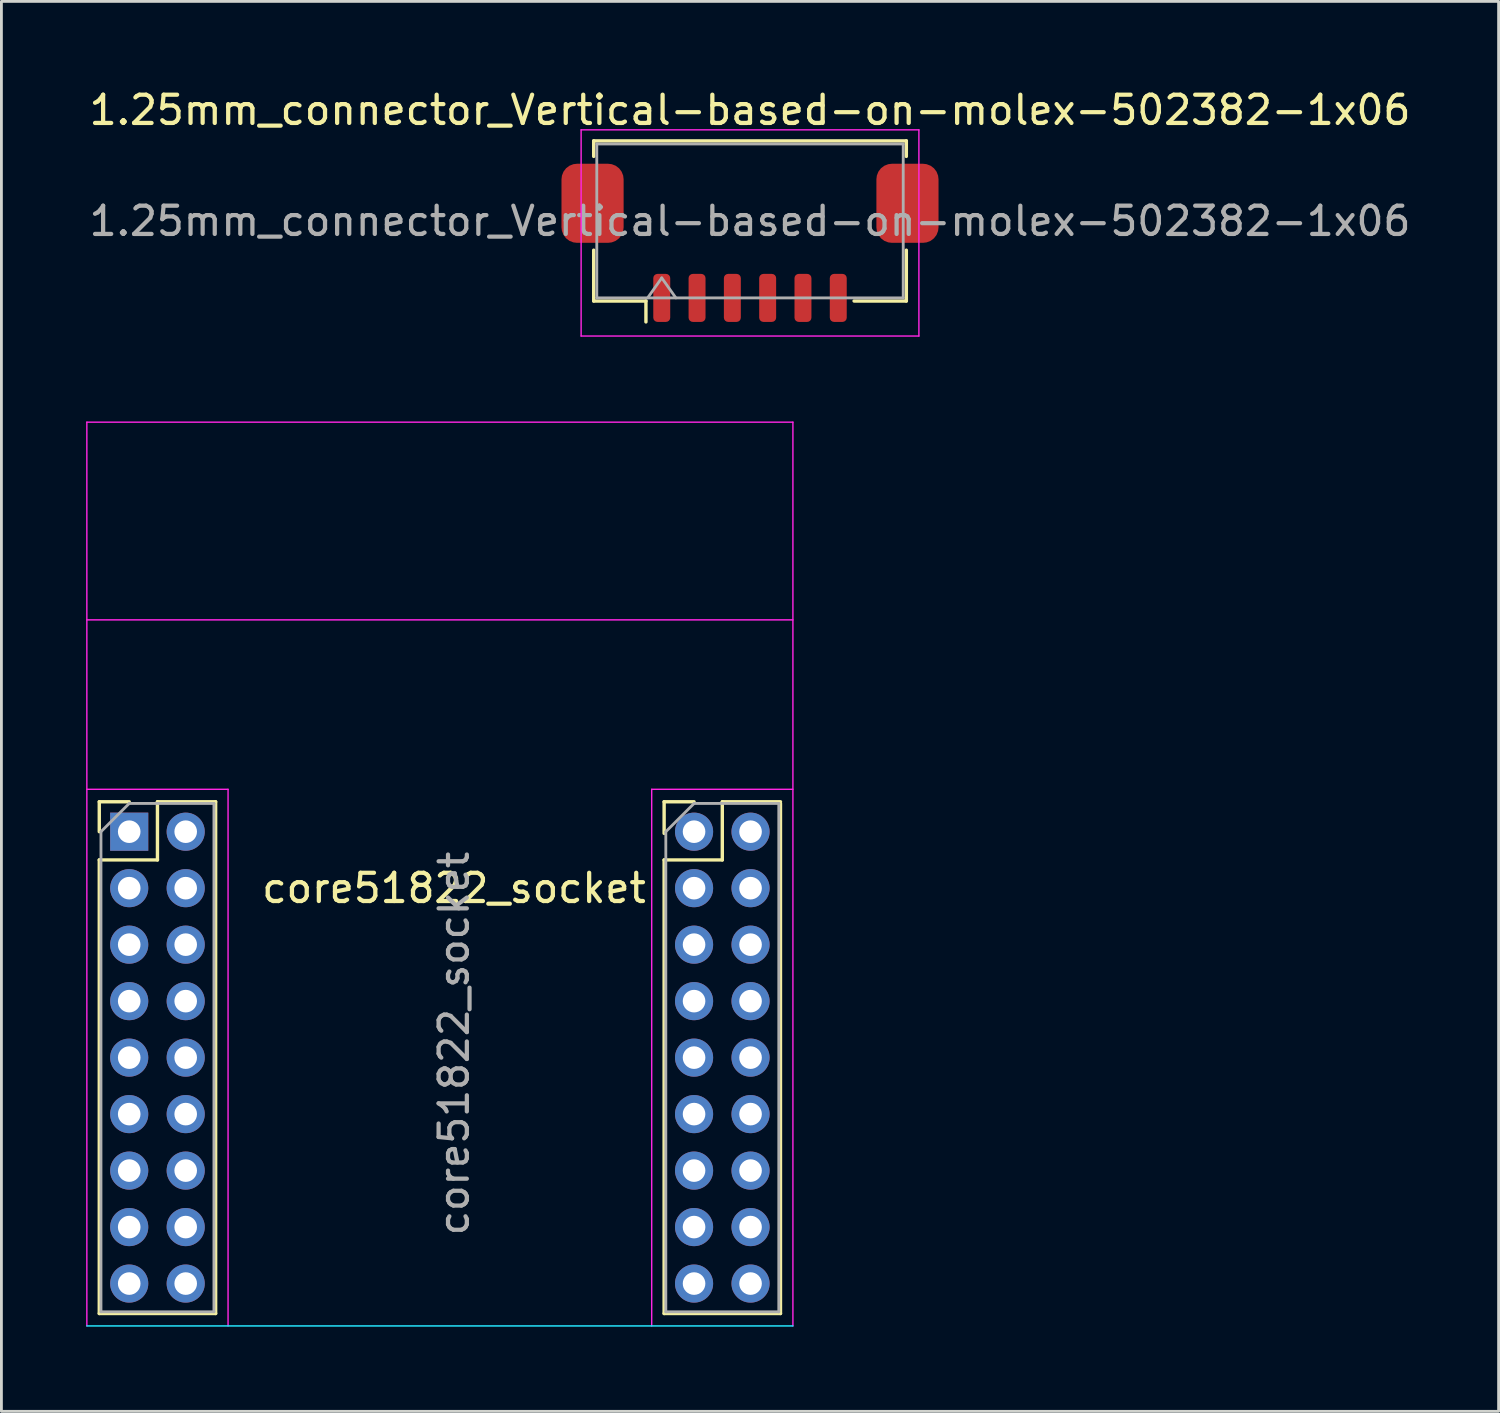
<source format=kicad_pcb>
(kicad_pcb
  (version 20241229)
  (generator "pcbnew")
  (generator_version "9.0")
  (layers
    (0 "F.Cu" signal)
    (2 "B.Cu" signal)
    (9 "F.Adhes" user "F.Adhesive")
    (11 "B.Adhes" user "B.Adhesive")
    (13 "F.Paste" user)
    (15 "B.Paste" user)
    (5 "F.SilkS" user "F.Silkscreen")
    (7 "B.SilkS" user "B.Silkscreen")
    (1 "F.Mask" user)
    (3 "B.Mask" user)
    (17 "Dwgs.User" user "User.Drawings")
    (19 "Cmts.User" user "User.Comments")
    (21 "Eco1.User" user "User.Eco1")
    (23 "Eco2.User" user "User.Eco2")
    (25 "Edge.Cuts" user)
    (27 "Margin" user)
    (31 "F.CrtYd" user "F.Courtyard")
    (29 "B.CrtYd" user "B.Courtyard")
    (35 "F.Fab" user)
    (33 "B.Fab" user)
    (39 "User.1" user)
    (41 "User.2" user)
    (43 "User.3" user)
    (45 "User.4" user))
  (footprint "core51822_socket"
    (layer "F.Cu")
    (at 3.525 26.398)
    (property "Reference" "core51822_socket" (at 9.5 2 0) (layer "F.SilkS") (effects (font (size 1 1) (thickness 0.15))))
    (attr through_hole)
    (fp_line (start -3.06 -1.06) (end -3.06 0) (stroke (width 0.12) (type solid)) (layer "F.SilkS"))
    (fp_line (start -3.06 1) (end -3.06 17.06) (stroke (width 0.12) (type solid)) (layer "F.SilkS"))
    (fp_line (start -2 -1.06) (end -3.06 -1.06) (stroke (width 0.12) (type solid)) (layer "F.SilkS"))
    (fp_line (start -1 -1.06) (end -1 1) (stroke (width 0.12) (type solid)) (layer "F.SilkS"))
    (fp_line (start -1 1) (end -3.06 1) (stroke (width 0.12) (type solid)) (layer "F.SilkS"))
    (fp_line (start 1.06 -1.06) (end -1 -1.06) (stroke (width 0.12) (type solid)) (layer "F.SilkS"))
    (fp_line (start 1.06 -1.06) (end 1.06 17.06) (stroke (width 0.12) (type solid)) (layer "F.SilkS"))
    (fp_line (start 1.06 17.06) (end -3.06 17.06) (stroke (width 0.12) (type solid)) (layer "F.SilkS"))
    (fp_line (start 16.94 -1.06) (end 16.94 0.06) (stroke (width 0.12) (type solid)) (layer "F.SilkS"))
    (fp_line (start 16.94 -1.06) (end 18 -1.06) (stroke (width 0.12) (type solid)) (layer "F.SilkS"))
    (fp_line (start 16.94 1) (end 16.94 17.06) (stroke (width 0.12) (type solid)) (layer "F.SilkS"))
    (fp_line (start 16.94 1) (end 19 1) (stroke (width 0.12) (type solid)) (layer "F.SilkS"))
    (fp_line (start 16.94 17.06) (end 21.06 17.06) (stroke (width 0.12) (type solid)) (layer "F.SilkS"))
    (fp_line (start 19 -1.06) (end 19 1) (stroke (width 0.12) (type solid)) (layer "F.SilkS"))
    (fp_line (start 19 -1.06) (end 21.06 -1.06) (stroke (width 0.12) (type solid)) (layer "F.SilkS"))
    (fp_line (start 21.06 -1) (end 21.06 17.06) (stroke (width 0.12) (type solid)) (layer "F.SilkS"))
    (fp_line (start -3.5 17.5) (end 21.5 17.5) (stroke (width 0.05) (type solid)) (layer "B.CrtYd"))
    (fp_line (start -3.5 -14.5) (end -3.5 17.5) (stroke (width 0.05) (type solid)) (layer "F.CrtYd"))
    (fp_line (start -3.5 -14.5) (end 21.5 -14.5) (stroke (width 0.05) (type solid)) (layer "F.CrtYd"))
    (fp_line (start -3.5 -7.5) (end 21.5 -7.5) (stroke (width 0.05) (type solid)) (layer "F.CrtYd"))
    (fp_line (start 1.5 -1.5) (end -3.5 -1.5) (stroke (width 0.05) (type solid)) (layer "F.CrtYd"))
    (fp_line (start 1.5 17.5) (end 1.5 -1.5) (stroke (width 0.05) (type solid)) (layer "F.CrtYd"))
    (fp_line (start 16.5 -1.5) (end 21.5 -1.5) (stroke (width 0.05) (type solid)) (layer "F.CrtYd"))
    (fp_line (start 16.5 17.5) (end 16.5 -1.5) (stroke (width 0.05) (type solid)) (layer "F.CrtYd"))
    (fp_line (start 21.5 -14.5) (end 21.5 17.5) (stroke (width 0.05) (type solid)) (layer "F.CrtYd"))
    (fp_line (start -3 0) (end -3 17) (stroke (width 0.1) (type solid)) (layer "F.Fab"))
    (fp_line (start -3 17) (end 1 17) (stroke (width 0.1) (type solid)) (layer "F.Fab"))
    (fp_line (start -2 -1) (end -3 0) (stroke (width 0.1) (type solid)) (layer "F.Fab"))
    (fp_line (start 1 -1) (end -2 -1) (stroke (width 0.1) (type solid)) (layer "F.Fab"))
    (fp_line (start 1 17) (end 1 -1) (stroke (width 0.1) (type solid)) (layer "F.Fab"))
    (fp_line (start 17 17) (end 17 0) (stroke (width 0.1) (type solid)) (layer "F.Fab"))
    (fp_line (start 18 -1) (end 17 0) (stroke (width 0.1) (type solid)) (layer "F.Fab"))
    (fp_line (start 18 -1) (end 21 -1) (stroke (width 0.1) (type solid)) (layer "F.Fab"))
    (fp_line (start 21 -1) (end 21 17) (stroke (width 0.1) (type solid)) (layer "F.Fab"))
    (fp_line (start 21 17) (end 17 17) (stroke (width 0.1) (type solid)) (layer "F.Fab"))
    (fp_text user "${REFERENCE}" (at 9.5 7.5 90) (layer "F.Fab") (effects (font (size 1 1) (thickness 0.15))))
    (pad "1" thru_hole rect (at -2 0 180) (size 1.35 1.35) (drill 0.8) (layers "*.Cu" "*.Mask"))
    (pad "2" thru_hole oval (at -2 2 180) (size 1.35 1.35) (drill 0.8) (layers "*.Cu" "*.Mask"))
    (pad "3" thru_hole oval (at -2 4 180) (size 1.35 1.35) (drill 0.8) (layers "*.Cu" "*.Mask"))
    (pad "4" thru_hole oval (at -2 6 180) (size 1.35 1.35) (drill 0.8) (layers "*.Cu" "*.Mask"))
    (pad "5" thru_hole oval (at -2 8 180) (size 1.35 1.35) (drill 0.8) (layers "*.Cu" "*.Mask"))
    (pad "6" thru_hole oval (at -2 10 180) (size 1.35 1.35) (drill 0.8) (layers "*.Cu" "*.Mask"))
    (pad "7" thru_hole oval (at -2 12 180) (size 1.35 1.35) (drill 0.8) (layers "*.Cu" "*.Mask"))
    (pad "8" thru_hole oval (at -2 14 180) (size 1.35 1.35) (drill 0.8) (layers "*.Cu" "*.Mask"))
    (pad "9" thru_hole oval (at -2 16 180) (size 1.35 1.35) (drill 0.8) (layers "*.Cu" "*.Mask"))
    (pad "10" thru_hole oval (at 0 16 180) (size 1.35 1.35) (drill 0.8) (layers "*.Cu" "*.Mask"))
    (pad "11" thru_hole oval (at 0 14 180) (size 1.35 1.35) (drill 0.8) (layers "*.Cu" "*.Mask"))
    (pad "12" thru_hole oval (at 0 12 180) (size 1.35 1.35) (drill 0.8) (layers "*.Cu" "*.Mask"))
    (pad "13" thru_hole oval (at 0 10 180) (size 1.35 1.35) (drill 0.8) (layers "*.Cu" "*.Mask"))
    (pad "14" thru_hole oval (at 0 8 180) (size 1.35 1.35) (drill 0.8) (layers "*.Cu" "*.Mask"))
    (pad "15" thru_hole oval (at 0 6 180) (size 1.35 1.35) (drill 0.8) (layers "*.Cu" "*.Mask"))
    (pad "16" thru_hole oval (at 0 4 180) (size 1.35 1.35) (drill 0.8) (layers "*.Cu" "*.Mask"))
    (pad "17" thru_hole oval (at 0 2 180) (size 1.35 1.35) (drill 0.8) (layers "*.Cu" "*.Mask"))
    (pad "18" thru_hole oval (at 0 0 180) (size 1.35 1.35) (drill 0.8) (layers "*.Cu" "*.Mask"))
    (pad "19" thru_hole oval (at 18 0) (size 1.35 1.35) (drill 0.8) (layers "*.Cu" "*.Mask"))
    (pad "20" thru_hole oval (at 18 2) (size 1.35 1.35) (drill 0.8) (layers "*.Cu" "*.Mask"))
    (pad "21" thru_hole oval (at 18 4) (size 1.35 1.35) (drill 0.8) (layers "*.Cu" "*.Mask"))
    (pad "22" thru_hole oval (at 18 6) (size 1.35 1.35) (drill 0.8) (layers "*.Cu" "*.Mask"))
    (pad "23" thru_hole oval (at 18 8) (size 1.35 1.35) (drill 0.8) (layers "*.Cu" "*.Mask"))
    (pad "24" thru_hole oval (at 18 10) (size 1.35 1.35) (drill 0.8) (layers "*.Cu" "*.Mask"))
    (pad "25" thru_hole oval (at 18 12) (size 1.35 1.35) (drill 0.8) (layers "*.Cu" "*.Mask"))
    (pad "26" thru_hole oval (at 18 14) (size 1.35 1.35) (drill 0.8) (layers "*.Cu" "*.Mask"))
    (pad "27" thru_hole oval (at 18 16) (size 1.35 1.35) (drill 0.8) (layers "*.Cu" "*.Mask"))
    (pad "28" thru_hole oval (at 20 16) (size 1.35 1.35) (drill 0.8) (layers "*.Cu" "*.Mask"))
    (pad "29" thru_hole oval (at 20 14) (size 1.35 1.35) (drill 0.8) (layers "*.Cu" "*.Mask"))
    (pad "30" thru_hole oval (at 20 12) (size 1.35 1.35) (drill 0.8) (layers "*.Cu" "*.Mask"))
    (pad "31" thru_hole oval (at 20 10) (size 1.35 1.35) (drill 0.8) (layers "*.Cu" "*.Mask"))
    (pad "32" thru_hole oval (at 20 8) (size 1.35 1.35) (drill 0.8) (layers "*.Cu" "*.Mask"))
    (pad "33" thru_hole oval (at 20 6) (size 1.35 1.35) (drill 0.8) (layers "*.Cu" "*.Mask"))
    (pad "34" thru_hole oval (at 20 4) (size 1.35 1.35) (drill 0.8) (layers "*.Cu" "*.Mask"))
    (pad "35" thru_hole oval (at 20 2) (size 1.35 1.35) (drill 0.8) (layers "*.Cu" "*.Mask"))
    (pad "36" thru_hole oval (at 20 0) (size 1.35 1.35) (drill 0.8) (layers "*.Cu" "*.Mask")))
  (footprint "1.25mm_connector_Vertical-based-on-molex-502382-1x06"
    (layer "F.Cu")
    (at 23.506 5.548)
    (property "Reference" "1.25mm_connector_Vertical-based-on-molex-502382-1x06" (at 0 -4.7 0) (layer "F.SilkS") (effects (font (size 1 1) (thickness 0.15))))
    (attr smd)
    (fp_line (start -5.535 -3.61) (end 5.535 -3.61) (stroke (width 0.12) (type solid)) (layer "F.SilkS"))
    (fp_line (start -5.535 -3.06) (end -5.535 -3.61) (stroke (width 0.12) (type solid)) (layer "F.SilkS"))
    (fp_line (start -5.535 0.26) (end -5.535 2.06) (stroke (width 0.12) (type solid)) (layer "F.SilkS"))
    (fp_line (start -5.535 2.06) (end -3.685 2.06) (stroke (width 0.12) (type solid)) (layer "F.SilkS"))
    (fp_line (start -3.685 2.06) (end -3.685 2.8) (stroke (width 0.12) (type solid)) (layer "F.SilkS"))
    (fp_line (start 5.535 -3.61) (end 5.535 -3.06) (stroke (width 0.12) (type solid)) (layer "F.SilkS"))
    (fp_line (start 5.535 0.26) (end 5.535 2.06) (stroke (width 0.12) (type solid)) (layer "F.SilkS"))
    (fp_line (start 5.535 2.06) (end 3.685 2.06) (stroke (width 0.12) (type solid)) (layer "F.SilkS"))
    (fp_line (start -5.98 -4) (end -5.98 3.3) (stroke (width 0.05) (type solid)) (layer "F.CrtYd"))
    (fp_line (start -5.98 3.3) (end 5.98 3.3) (stroke (width 0.05) (type solid)) (layer "F.CrtYd"))
    (fp_line (start 5.98 -4) (end -5.98 -4) (stroke (width 0.05) (type solid)) (layer "F.CrtYd"))
    (fp_line (start 5.98 3.3) (end 5.98 -4) (stroke (width 0.05) (type solid)) (layer "F.CrtYd"))
    (fp_line (start -5.425 -3.5) (end 5.425 -3.5) (stroke (width 0.1) (type solid)) (layer "F.Fab"))
    (fp_line (start -5.425 1.95) (end -5.425 -3.5) (stroke (width 0.1) (type solid)) (layer "F.Fab"))
    (fp_line (start -5.425 1.95) (end 5.425 1.95) (stroke (width 0.1) (type solid)) (layer "F.Fab"))
    (fp_line (start -3.625 1.95) (end -3.125 1.243) (stroke (width 0.1) (type solid)) (layer "F.Fab"))
    (fp_line (start -3.125 1.243) (end -2.625 1.95) (stroke (width 0.1) (type solid)) (layer "F.Fab"))
    (fp_line (start 5.425 1.95) (end 5.425 -3.5) (stroke (width 0.1) (type solid)) (layer "F.Fab"))
    (fp_text user "${REFERENCE}" (at 0 -0.77 0) (layer "F.Fab") (effects (font (size 1 1) (thickness 0.15))))
    (pad "1" smd roundrect (at -3.125 1.95) (size 0.6 1.7) (layers "F.Cu" "F.Mask" "F.Paste") (roundrect_rratio 0.25))
    (pad "2" smd roundrect (at -1.875 1.95) (size 0.6 1.7) (layers "F.Cu" "F.Mask" "F.Paste") (roundrect_rratio 0.25))
    (pad "3" smd roundrect (at -0.625 1.95) (size 0.6 1.7) (layers "F.Cu" "F.Mask" "F.Paste") (roundrect_rratio 0.25))
    (pad "4" smd roundrect (at 0.625 1.95) (size 0.6 1.7) (layers "F.Cu" "F.Mask" "F.Paste") (roundrect_rratio 0.25))
    (pad "5" smd roundrect (at 1.875 1.95) (size 0.6 1.7) (layers "F.Cu" "F.Mask" "F.Paste") (roundrect_rratio 0.25))
    (pad "6" smd roundrect (at 3.125 1.95) (size 0.6 1.7) (layers "F.Cu" "F.Mask" "F.Paste") (roundrect_rratio 0.25))
    (pad "MP" smd roundrect (at -5.575 -1.4) (size 2.2 2.8) (layers "F.Cu" "F.Mask" "F.Paste") (roundrect_rratio 0.25))
    (pad "MP" smd roundrect (at 5.575 -1.4) (size 2.2 2.8) (layers "F.Cu" "F.Mask" "F.Paste") (roundrect_rratio 0.25)))
  (gr_rect
    (start -3 -3)
    (end 50.012 46.923)
    (stroke (width 0.1) (type default))
    (fill no)
    (layer "Edge.Cuts")))
</source>
